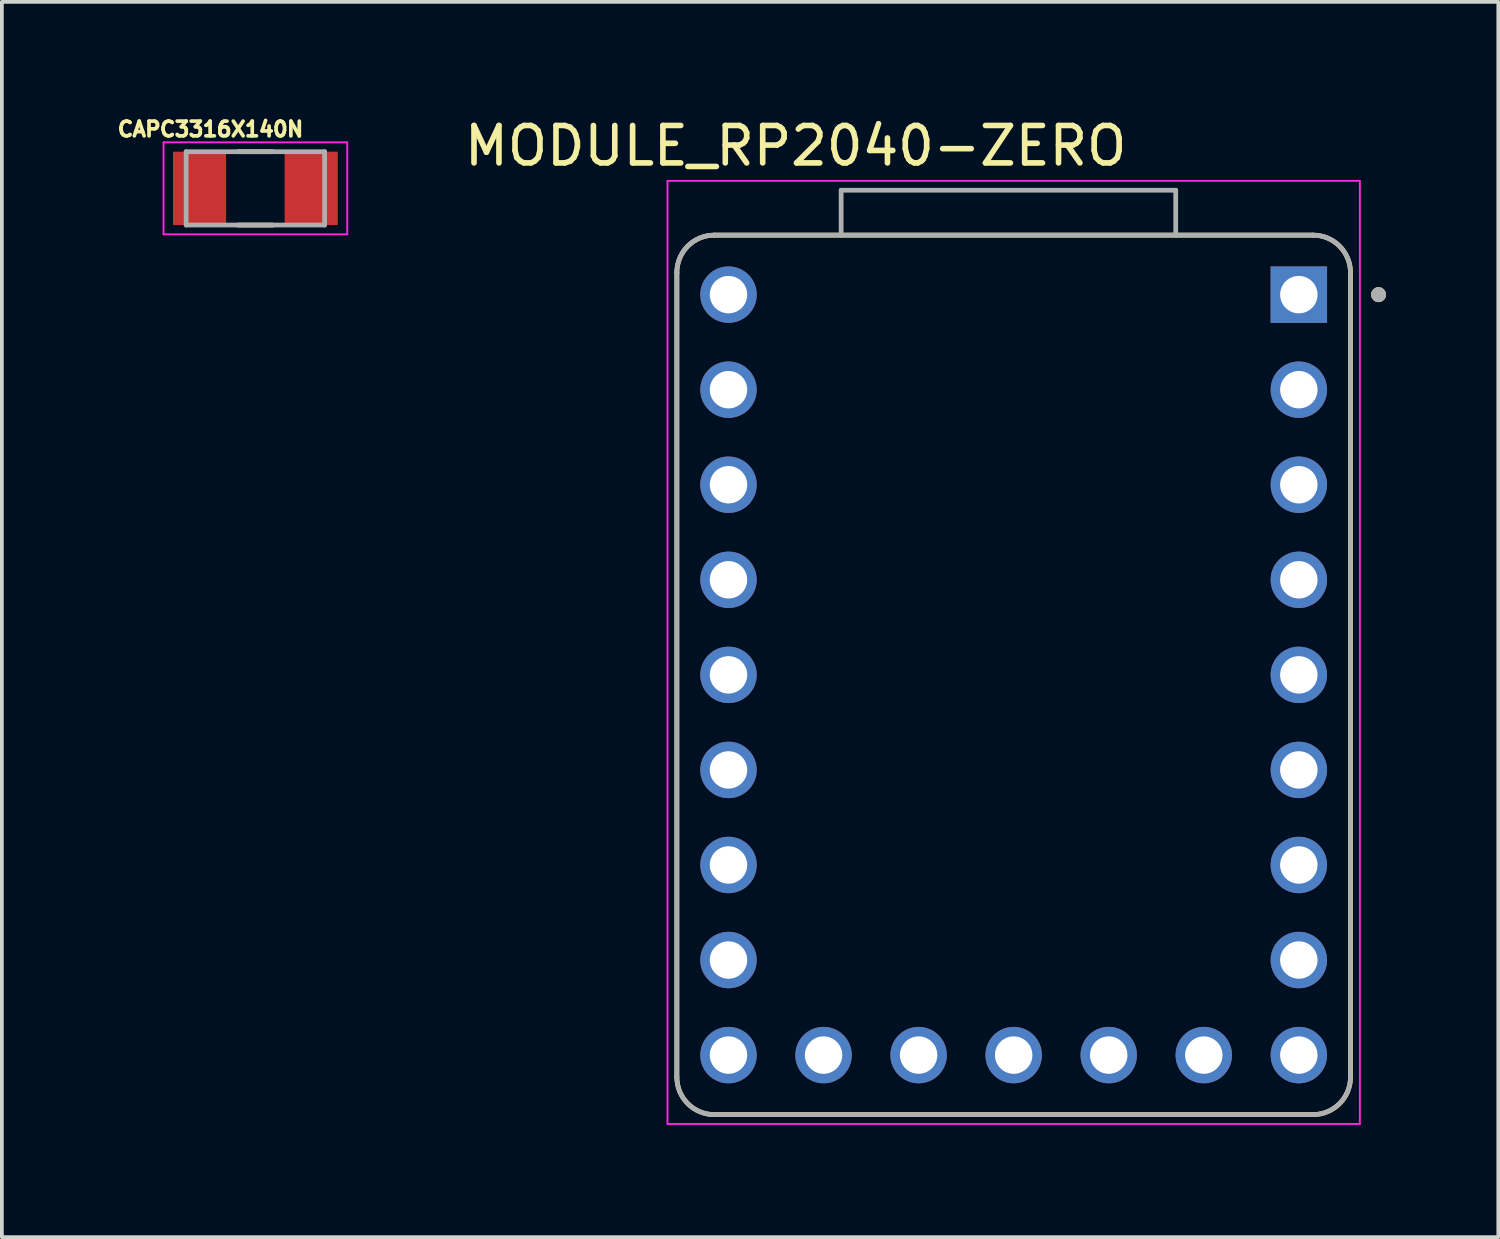
<source format=kicad_pcb>
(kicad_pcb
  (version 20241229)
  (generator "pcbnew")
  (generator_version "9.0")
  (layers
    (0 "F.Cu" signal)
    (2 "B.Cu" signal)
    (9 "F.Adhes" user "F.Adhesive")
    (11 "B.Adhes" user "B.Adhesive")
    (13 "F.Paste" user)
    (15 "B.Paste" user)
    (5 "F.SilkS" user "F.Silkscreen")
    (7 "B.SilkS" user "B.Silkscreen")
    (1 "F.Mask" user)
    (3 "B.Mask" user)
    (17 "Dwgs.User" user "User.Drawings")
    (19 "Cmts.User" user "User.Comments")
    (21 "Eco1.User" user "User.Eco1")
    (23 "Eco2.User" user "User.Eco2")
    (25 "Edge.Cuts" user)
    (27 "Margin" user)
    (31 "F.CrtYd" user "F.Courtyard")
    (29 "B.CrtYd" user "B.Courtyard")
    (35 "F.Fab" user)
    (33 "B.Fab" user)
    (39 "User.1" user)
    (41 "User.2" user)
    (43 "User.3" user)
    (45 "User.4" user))
  (footprint "MODULE_RP2040-ZERO"
    (layer "F.Cu")
    (at 24.036 14.983)
    (property "Reference" "MODULE_RP2040-ZERO" (at -5.825 -14.135 0) (layer "F.SilkS") (effects (font (size 1 1) (thickness 0.15))))
    (attr through_hole)
    (fp_line (start -9 -10.75) (end -9 10.75) (stroke (width 0.127) (type solid)) (layer "F.SilkS"))
    (fp_line (start -8 11.75) (end 8 11.75) (stroke (width 0.127) (type solid)) (layer "F.SilkS"))
    (fp_line (start 8 -11.75) (end -8 -11.75) (stroke (width 0.127) (type solid)) (layer "F.SilkS"))
    (fp_line (start 9 10.75) (end 9 -10.75) (stroke (width 0.127) (type solid)) (layer "F.SilkS"))
    (fp_arc (start -9 -10.75) (mid -8.707107 -11.457107) (end -8 -11.75) (stroke (width 0.127) (type solid)) (layer "F.SilkS"))
    (fp_arc (start -8 11.75) (mid -8.707107 11.457107) (end -9 10.75) (stroke (width 0.127) (type solid)) (layer "F.SilkS"))
    (fp_arc (start 8 -11.75) (mid 8.707107 -11.457107) (end 9 -10.75) (stroke (width 0.127) (type solid)) (layer "F.SilkS"))
    (fp_arc (start 9 10.75) (mid 8.707107 11.457107) (end 8 11.75) (stroke (width 0.127) (type solid)) (layer "F.SilkS"))
    (fp_circle (center 9.75 -10.16) (end 9.85 -10.16) (stroke (width 0.2) (type solid)) (fill no) (layer "F.SilkS"))
    (fp_line (start -9.25 -13.2) (end -9.25 12) (stroke (width 0.05) (type solid)) (layer "F.CrtYd"))
    (fp_line (start -9.25 12) (end 9.25 12) (stroke (width 0.05) (type solid)) (layer "F.CrtYd"))
    (fp_line (start 9.25 -13.2) (end -9.25 -13.2) (stroke (width 0.05) (type solid)) (layer "F.CrtYd"))
    (fp_line (start 9.25 12) (end 9.25 -13.2) (stroke (width 0.05) (type solid)) (layer "F.CrtYd"))
    (fp_line (start -9 -10.75) (end -9 10.75) (stroke (width 0.127) (type solid)) (layer "F.Fab"))
    (fp_line (start -8 11.75) (end 8 11.75) (stroke (width 0.127) (type solid)) (layer "F.Fab"))
    (fp_line (start -4.61 -12.95) (end -4.61 -11.75) (stroke (width 0.127) (type solid)) (layer "F.Fab"))
    (fp_line (start -4.61 -12.95) (end 4.33 -12.95) (stroke (width 0.127) (type solid)) (layer "F.Fab"))
    (fp_line (start -4.61 -11.75) (end -8 -11.75) (stroke (width 0.127) (type solid)) (layer "F.Fab"))
    (fp_line (start 4.33 -12.95) (end 4.33 -11.75) (stroke (width 0.127) (type solid)) (layer "F.Fab"))
    (fp_line (start 4.33 -11.75) (end -4.61 -11.75) (stroke (width 0.127) (type solid)) (layer "F.Fab"))
    (fp_line (start 8 -11.75) (end 4.33 -11.75) (stroke (width 0.127) (type solid)) (layer "F.Fab"))
    (fp_line (start 9 10.75) (end 9 -10.75) (stroke (width 0.127) (type solid)) (layer "F.Fab"))
    (fp_arc (start -9 -10.75) (mid -8.707107 -11.457107) (end -8 -11.75) (stroke (width 0.127) (type solid)) (layer "F.Fab"))
    (fp_arc (start -8 11.75) (mid -8.707107 11.457107) (end -9 10.75) (stroke (width 0.127) (type solid)) (layer "F.Fab"))
    (fp_arc (start 8 -11.75) (mid 8.707107 -11.457107) (end 9 -10.75) (stroke (width 0.127) (type solid)) (layer "F.Fab"))
    (fp_arc (start 9 10.75) (mid 8.707107 11.457107) (end 8 11.75) (stroke (width 0.127) (type solid)) (layer "F.Fab"))
    (fp_circle (center 9.75 -10.16) (end 9.85 -10.16) (stroke (width 0.2) (type solid)) (fill no) (layer "F.Fab"))
    (pad "1" thru_hole rect (at 7.62 -10.16) (size 1.508 1.508) (drill 1) (layers "*.Cu" "*.Mask"))
    (pad "2" thru_hole circle (at 7.62 -7.62) (size 1.508 1.508) (drill 1) (layers "*.Cu" "*.Mask"))
    (pad "3" thru_hole circle (at 7.62 -5.08) (size 1.508 1.508) (drill 1) (layers "*.Cu" "*.Mask"))
    (pad "4" thru_hole circle (at 7.62 -2.54) (size 1.508 1.508) (drill 1) (layers "*.Cu" "*.Mask"))
    (pad "5" thru_hole circle (at 7.62 0) (size 1.508 1.508) (drill 1) (layers "*.Cu" "*.Mask"))
    (pad "6" thru_hole circle (at 7.62 2.54) (size 1.508 1.508) (drill 1) (layers "*.Cu" "*.Mask"))
    (pad "7" thru_hole circle (at 7.62 5.08) (size 1.508 1.508) (drill 1) (layers "*.Cu" "*.Mask"))
    (pad "8" thru_hole circle (at 7.62 7.62) (size 1.508 1.508) (drill 1) (layers "*.Cu" "*.Mask"))
    (pad "9" thru_hole circle (at 7.62 10.16) (size 1.508 1.508) (drill 1) (layers "*.Cu" "*.Mask"))
    (pad "10" thru_hole circle (at 5.08 10.16) (size 1.508 1.508) (drill 1) (layers "*.Cu" "*.Mask"))
    (pad "11" thru_hole circle (at 2.54 10.16) (size 1.508 1.508) (drill 1) (layers "*.Cu" "*.Mask"))
    (pad "12" thru_hole circle (at 0 10.16) (size 1.508 1.508) (drill 1) (layers "*.Cu" "*.Mask"))
    (pad "13" thru_hole circle (at -2.54 10.16) (size 1.508 1.508) (drill 1) (layers "*.Cu" "*.Mask"))
    (pad "14" thru_hole circle (at -5.08 10.16) (size 1.508 1.508) (drill 1) (layers "*.Cu" "*.Mask"))
    (pad "15" thru_hole circle (at -7.62 10.16) (size 1.508 1.508) (drill 1) (layers "*.Cu" "*.Mask"))
    (pad "16" thru_hole circle (at -7.62 7.62) (size 1.508 1.508) (drill 1) (layers "*.Cu" "*.Mask"))
    (pad "17" thru_hole circle (at -7.62 5.08) (size 1.508 1.508) (drill 1) (layers "*.Cu" "*.Mask"))
    (pad "18" thru_hole circle (at -7.62 2.54) (size 1.508 1.508) (drill 1) (layers "*.Cu" "*.Mask"))
    (pad "19" thru_hole circle (at -7.62 0) (size 1.508 1.508) (drill 1) (layers "*.Cu" "*.Mask"))
    (pad "20" thru_hole circle (at -7.62 -2.54) (size 1.508 1.508) (drill 1) (layers "*.Cu" "*.Mask"))
    (pad "21" thru_hole circle (at -7.62 -5.08) (size 1.508 1.508) (drill 1) (layers "*.Cu" "*.Mask"))
    (pad "22" thru_hole circle (at -7.62 -7.62) (size 1.508 1.508) (drill 1) (layers "*.Cu" "*.Mask"))
    (pad "23" thru_hole circle (at -7.62 -10.16) (size 1.508 1.508) (drill 1) (layers "*.Cu" "*.Mask")))
  (footprint "CAPC3316X140N"
    (layer "F.Cu")
    (at 3.774 1.983)
    (property "Reference" "CAPC3316X140N" (at -1.2 -1.58 0) (layer "F.SilkS") (effects (font (size 0.394 0.394) (thickness 0.15))))
    (attr smd)
    (fp_line (start -0.46 -0.98) (end 0.46 -0.98) (stroke (width 0.127) (type solid)) (layer "F.SilkS"))
    (fp_line (start -0.46 0.98) (end 0.46 0.98) (stroke (width 0.127) (type solid)) (layer "F.SilkS"))
    (fp_line (start -2.454 -1.229) (end 2.454 -1.229) (stroke (width 0.05) (type solid)) (layer "F.CrtYd"))
    (fp_line (start -2.454 1.229) (end -2.454 -1.229) (stroke (width 0.05) (type solid)) (layer "F.CrtYd"))
    (fp_line (start -2.454 1.229) (end 2.454 1.229) (stroke (width 0.05) (type solid)) (layer "F.CrtYd"))
    (fp_line (start 2.454 1.229) (end 2.454 -1.229) (stroke (width 0.05) (type solid)) (layer "F.CrtYd"))
    (fp_line (start -1.85 0.98) (end -1.85 -0.98) (stroke (width 0.127) (type solid)) (layer "F.Fab"))
    (fp_line (start 1.85 -0.98) (end -1.85 -0.98) (stroke (width 0.127) (type solid)) (layer "F.Fab"))
    (fp_line (start 1.85 0.98) (end -1.85 0.98) (stroke (width 0.127) (type solid)) (layer "F.Fab"))
    (fp_line (start 1.85 0.98) (end 1.85 -0.98) (stroke (width 0.127) (type solid)) (layer "F.Fab"))
    (pad "1" smd rect (at -1.492 0) (size 1.42 1.96) (layers "F.Cu" "F.Mask" "F.Paste"))
    (pad "2" smd rect (at 1.492 0) (size 1.42 1.96) (layers "F.Cu" "F.Mask" "F.Paste")))
  (gr_rect
    (start -3 -3)
    (end 36.986 30.008)
    (stroke (width 0.1) (type default))
    (fill no)
    (layer "Edge.Cuts")))
</source>
